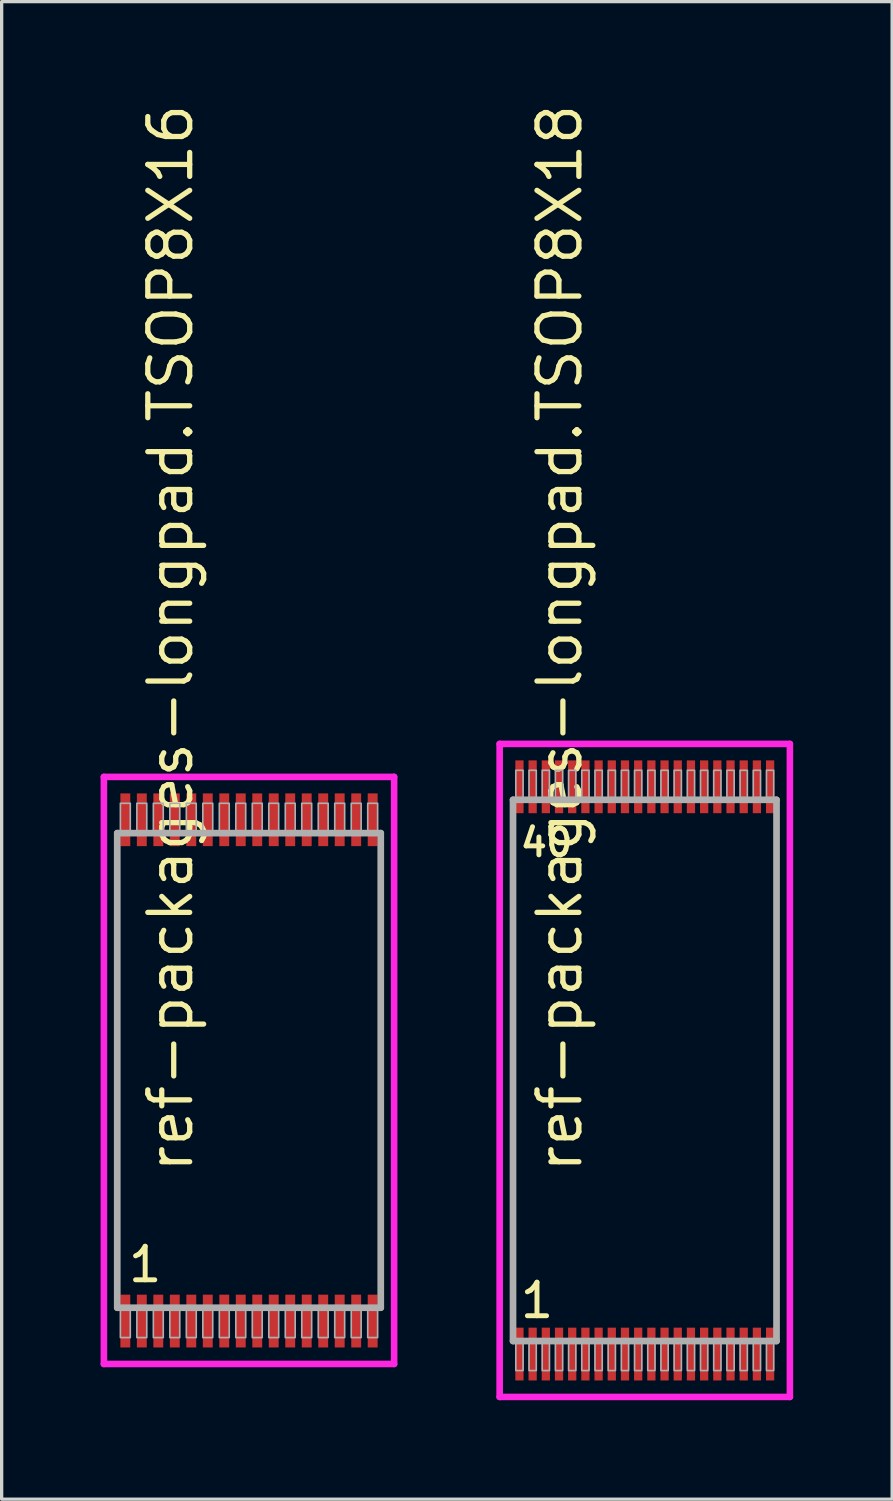
<source format=kicad_pcb>
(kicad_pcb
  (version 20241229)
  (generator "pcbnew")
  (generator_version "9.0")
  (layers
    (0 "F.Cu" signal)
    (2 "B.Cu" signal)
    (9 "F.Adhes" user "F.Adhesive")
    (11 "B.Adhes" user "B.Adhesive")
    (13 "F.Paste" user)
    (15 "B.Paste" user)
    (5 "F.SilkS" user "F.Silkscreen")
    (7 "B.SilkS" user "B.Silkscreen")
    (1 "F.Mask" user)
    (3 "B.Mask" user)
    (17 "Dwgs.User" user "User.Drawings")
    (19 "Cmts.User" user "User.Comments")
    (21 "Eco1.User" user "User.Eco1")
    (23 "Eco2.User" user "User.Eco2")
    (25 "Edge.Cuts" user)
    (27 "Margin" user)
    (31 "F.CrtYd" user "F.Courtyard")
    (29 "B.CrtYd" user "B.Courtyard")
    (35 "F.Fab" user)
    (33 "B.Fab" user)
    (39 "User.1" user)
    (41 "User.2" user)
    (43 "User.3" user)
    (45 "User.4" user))
  (footprint "ref-packages-longpad.TSOP8X18"
    (layer "F.Cu")
    (at 16.5 29.406)
    (property "Reference" "ref-packages-longpad.TSOP8X18" (at -1.835 3.175 90) (layer "F.SilkS") (effects (font (size 1.27 1.27) (thickness 0.16)) (justify left bottom)))
    (attr smd)
    (fp_line (start -4.4 -9.9) (end 4.4 -9.9) (stroke (width 0.2) (type default)) (layer "F.CrtYd"))
    (fp_line (start -4.4 9.9) (end -4.4 -9.9) (stroke (width 0.2) (type default)) (layer "F.CrtYd"))
    (fp_line (start 4.4 -9.9) (end 4.4 9.9) (stroke (width 0.2) (type default)) (layer "F.CrtYd"))
    (fp_line (start 4.4 9.9) (end -4.4 9.9) (stroke (width 0.2) (type default)) (layer "F.CrtYd"))
    (fp_line (start -3.995 -8.205) (end 3.995 -8.205) (stroke (width 0.203) (type default)) (layer "F.Fab"))
    (fp_line (start -3.995 8.205) (end -3.995 -8.205) (stroke (width 0.203) (type default)) (layer "F.Fab"))
    (fp_line (start 3.995 -8.205) (end 3.995 8.205) (stroke (width 0.203) (type default)) (layer "F.Fab"))
    (fp_line (start 3.995 8.205) (end -3.995 8.205) (stroke (width 0.203) (type default)) (layer "F.Fab"))
    (fp_rect (start -3.91 -8.27) (end -3.69 -9.1) (stroke (width 0.05) (type default)) (fill no) (layer "F.Fab"))
    (fp_rect (start -3.91 9.1) (end -3.69 8.27) (stroke (width 0.05) (type default)) (fill no) (layer "F.Fab"))
    (fp_rect (start -3.51 -8.27) (end -3.29 -9.1) (stroke (width 0.05) (type default)) (fill no) (layer "F.Fab"))
    (fp_rect (start -3.51 9.1) (end -3.29 8.27) (stroke (width 0.05) (type default)) (fill no) (layer "F.Fab"))
    (fp_rect (start -3.11 -8.27) (end -2.89 -9.1) (stroke (width 0.05) (type default)) (fill no) (layer "F.Fab"))
    (fp_rect (start -3.11 9.1) (end -2.89 8.27) (stroke (width 0.05) (type default)) (fill no) (layer "F.Fab"))
    (fp_rect (start -2.71 -8.27) (end -2.49 -9.1) (stroke (width 0.05) (type default)) (fill no) (layer "F.Fab"))
    (fp_rect (start -2.71 9.1) (end -2.49 8.27) (stroke (width 0.05) (type default)) (fill no) (layer "F.Fab"))
    (fp_rect (start -2.31 -8.27) (end -2.09 -9.1) (stroke (width 0.05) (type default)) (fill no) (layer "F.Fab"))
    (fp_rect (start -2.31 9.1) (end -2.09 8.27) (stroke (width 0.05) (type default)) (fill no) (layer "F.Fab"))
    (fp_rect (start -1.91 -8.27) (end -1.69 -9.1) (stroke (width 0.05) (type default)) (fill no) (layer "F.Fab"))
    (fp_rect (start -1.91 9.1) (end -1.69 8.27) (stroke (width 0.05) (type default)) (fill no) (layer "F.Fab"))
    (fp_rect (start -1.51 -8.27) (end -1.29 -9.1) (stroke (width 0.05) (type default)) (fill no) (layer "F.Fab"))
    (fp_rect (start -1.51 9.1) (end -1.29 8.27) (stroke (width 0.05) (type default)) (fill no) (layer "F.Fab"))
    (fp_rect (start -1.11 -8.27) (end -0.89 -9.1) (stroke (width 0.05) (type default)) (fill no) (layer "F.Fab"))
    (fp_rect (start -1.11 9.1) (end -0.89 8.27) (stroke (width 0.05) (type default)) (fill no) (layer "F.Fab"))
    (fp_rect (start -0.71 -8.27) (end -0.49 -9.1) (stroke (width 0.05) (type default)) (fill no) (layer "F.Fab"))
    (fp_rect (start -0.71 9.1) (end -0.49 8.27) (stroke (width 0.05) (type default)) (fill no) (layer "F.Fab"))
    (fp_rect (start -0.31 -8.27) (end -0.09 -9.1) (stroke (width 0.05) (type default)) (fill no) (layer "F.Fab"))
    (fp_rect (start -0.31 9.1) (end -0.09 8.27) (stroke (width 0.05) (type default)) (fill no) (layer "F.Fab"))
    (fp_rect (start 0.09 -8.27) (end 0.31 -9.1) (stroke (width 0.05) (type default)) (fill no) (layer "F.Fab"))
    (fp_rect (start 0.09 9.1) (end 0.31 8.27) (stroke (width 0.05) (type default)) (fill no) (layer "F.Fab"))
    (fp_rect (start 0.49 -8.27) (end 0.71 -9.1) (stroke (width 0.05) (type default)) (fill no) (layer "F.Fab"))
    (fp_rect (start 0.49 9.1) (end 0.71 8.27) (stroke (width 0.05) (type default)) (fill no) (layer "F.Fab"))
    (fp_rect (start 0.89 -8.27) (end 1.11 -9.1) (stroke (width 0.05) (type default)) (fill no) (layer "F.Fab"))
    (fp_rect (start 0.89 9.1) (end 1.11 8.27) (stroke (width 0.05) (type default)) (fill no) (layer "F.Fab"))
    (fp_rect (start 1.29 -8.27) (end 1.51 -9.1) (stroke (width 0.05) (type default)) (fill no) (layer "F.Fab"))
    (fp_rect (start 1.29 9.1) (end 1.51 8.27) (stroke (width 0.05) (type default)) (fill no) (layer "F.Fab"))
    (fp_rect (start 1.69 -8.27) (end 1.91 -9.1) (stroke (width 0.05) (type default)) (fill no) (layer "F.Fab"))
    (fp_rect (start 1.69 9.1) (end 1.91 8.27) (stroke (width 0.05) (type default)) (fill no) (layer "F.Fab"))
    (fp_rect (start 2.09 -8.27) (end 2.31 -9.1) (stroke (width 0.05) (type default)) (fill no) (layer "F.Fab"))
    (fp_rect (start 2.09 9.1) (end 2.31 8.27) (stroke (width 0.05) (type default)) (fill no) (layer "F.Fab"))
    (fp_rect (start 2.49 -8.27) (end 2.71 -9.1) (stroke (width 0.05) (type default)) (fill no) (layer "F.Fab"))
    (fp_rect (start 2.49 9.1) (end 2.71 8.27) (stroke (width 0.05) (type default)) (fill no) (layer "F.Fab"))
    (fp_rect (start 2.89 -8.27) (end 3.11 -9.1) (stroke (width 0.05) (type default)) (fill no) (layer "F.Fab"))
    (fp_rect (start 2.89 9.1) (end 3.11 8.27) (stroke (width 0.05) (type default)) (fill no) (layer "F.Fab"))
    (fp_rect (start 3.29 -8.27) (end 3.51 -9.1) (stroke (width 0.05) (type default)) (fill no) (layer "F.Fab"))
    (fp_rect (start 3.29 9.1) (end 3.51 8.27) (stroke (width 0.05) (type default)) (fill no) (layer "F.Fab"))
    (fp_rect (start 3.69 -8.27) (end 3.91 -9.1) (stroke (width 0.05) (type default)) (fill no) (layer "F.Fab"))
    (fp_rect (start 3.69 9.1) (end 3.91 8.27) (stroke (width 0.05) (type default)) (fill no) (layer "F.Fab"))
    (fp_text user "40" (at -3.851 -6.43 0) (layer "F.SilkS") (effects (font (size 0.813 0.813) (thickness 0.15)) (justify left bottom)))
    (fp_text user "1" (at -3.851 7.57 0) (layer "F.SilkS") (effects (font (size 1.016 1.016) (thickness 0.15)) (justify left bottom)))
    (pad "1" smd roundrect (at -3.8 8.6) (size 0.25 1.6) (layers "F.Cu" "F.Mask" "F.Paste") (roundrect_rratio 0.01))
    (pad "2" smd roundrect (at -3.4 8.6) (size 0.25 1.6) (layers "F.Cu" "F.Mask" "F.Paste") (roundrect_rratio 0.01))
    (pad "3" smd roundrect (at -3 8.6) (size 0.25 1.6) (layers "F.Cu" "F.Mask" "F.Paste") (roundrect_rratio 0.01))
    (pad "4" smd roundrect (at -2.6 8.6) (size 0.25 1.6) (layers "F.Cu" "F.Mask" "F.Paste") (roundrect_rratio 0.01))
    (pad "5" smd roundrect (at -2.2 8.6) (size 0.25 1.6) (layers "F.Cu" "F.Mask" "F.Paste") (roundrect_rratio 0.01))
    (pad "6" smd roundrect (at -1.8 8.6) (size 0.25 1.6) (layers "F.Cu" "F.Mask" "F.Paste") (roundrect_rratio 0.01))
    (pad "7" smd roundrect (at -1.4 8.6) (size 0.25 1.6) (layers "F.Cu" "F.Mask" "F.Paste") (roundrect_rratio 0.01))
    (pad "8" smd roundrect (at -1 8.6) (size 0.25 1.6) (layers "F.Cu" "F.Mask" "F.Paste") (roundrect_rratio 0.01))
    (pad "9" smd roundrect (at -0.6 8.6) (size 0.25 1.6) (layers "F.Cu" "F.Mask" "F.Paste") (roundrect_rratio 0.01))
    (pad "10" smd roundrect (at -0.2 8.6) (size 0.25 1.6) (layers "F.Cu" "F.Mask" "F.Paste") (roundrect_rratio 0.01))
    (pad "11" smd roundrect (at 0.2 8.6) (size 0.25 1.6) (layers "F.Cu" "F.Mask" "F.Paste") (roundrect_rratio 0.01))
    (pad "12" smd roundrect (at 0.6 8.6) (size 0.25 1.6) (layers "F.Cu" "F.Mask" "F.Paste") (roundrect_rratio 0.01))
    (pad "13" smd roundrect (at 1 8.6) (size 0.25 1.6) (layers "F.Cu" "F.Mask" "F.Paste") (roundrect_rratio 0.01))
    (pad "14" smd roundrect (at 1.4 8.6) (size 0.25 1.6) (layers "F.Cu" "F.Mask" "F.Paste") (roundrect_rratio 0.01))
    (pad "15" smd roundrect (at 1.8 8.6) (size 0.25 1.6) (layers "F.Cu" "F.Mask" "F.Paste") (roundrect_rratio 0.01))
    (pad "16" smd roundrect (at 2.2 8.6) (size 0.25 1.6) (layers "F.Cu" "F.Mask" "F.Paste") (roundrect_rratio 0.01))
    (pad "17" smd roundrect (at 2.6 8.6) (size 0.25 1.6) (layers "F.Cu" "F.Mask" "F.Paste") (roundrect_rratio 0.01))
    (pad "18" smd roundrect (at 3 8.6) (size 0.25 1.6) (layers "F.Cu" "F.Mask" "F.Paste") (roundrect_rratio 0.01))
    (pad "19" smd roundrect (at 3.4 8.6) (size 0.25 1.6) (layers "F.Cu" "F.Mask" "F.Paste") (roundrect_rratio 0.01))
    (pad "20" smd roundrect (at 3.8 8.6) (size 0.25 1.6) (layers "F.Cu" "F.Mask" "F.Paste") (roundrect_rratio 0.01))
    (pad "21" smd roundrect (at 3.8 -8.6) (size 0.25 1.6) (layers "F.Cu" "F.Mask" "F.Paste") (roundrect_rratio 0.01))
    (pad "22" smd roundrect (at 3.4 -8.6) (size 0.25 1.6) (layers "F.Cu" "F.Mask" "F.Paste") (roundrect_rratio 0.01))
    (pad "23" smd roundrect (at 3 -8.6) (size 0.25 1.6) (layers "F.Cu" "F.Mask" "F.Paste") (roundrect_rratio 0.01))
    (pad "24" smd roundrect (at 2.6 -8.6) (size 0.25 1.6) (layers "F.Cu" "F.Mask" "F.Paste") (roundrect_rratio 0.01))
    (pad "25" smd roundrect (at 2.2 -8.6) (size 0.25 1.6) (layers "F.Cu" "F.Mask" "F.Paste") (roundrect_rratio 0.01))
    (pad "26" smd roundrect (at 1.8 -8.6) (size 0.25 1.6) (layers "F.Cu" "F.Mask" "F.Paste") (roundrect_rratio 0.01))
    (pad "27" smd roundrect (at 1.4 -8.6) (size 0.25 1.6) (layers "F.Cu" "F.Mask" "F.Paste") (roundrect_rratio 0.01))
    (pad "28" smd roundrect (at 1 -8.6) (size 0.25 1.6) (layers "F.Cu" "F.Mask" "F.Paste") (roundrect_rratio 0.01))
    (pad "29" smd roundrect (at 0.6 -8.6) (size 0.25 1.6) (layers "F.Cu" "F.Mask" "F.Paste") (roundrect_rratio 0.01))
    (pad "30" smd roundrect (at 0.2 -8.6) (size 0.25 1.6) (layers "F.Cu" "F.Mask" "F.Paste") (roundrect_rratio 0.01))
    (pad "31" smd roundrect (at -0.2 -8.6) (size 0.25 1.6) (layers "F.Cu" "F.Mask" "F.Paste") (roundrect_rratio 0.01))
    (pad "32" smd roundrect (at -0.6 -8.6) (size 0.25 1.6) (layers "F.Cu" "F.Mask" "F.Paste") (roundrect_rratio 0.01))
    (pad "33" smd roundrect (at -1 -8.6) (size 0.25 1.6) (layers "F.Cu" "F.Mask" "F.Paste") (roundrect_rratio 0.01))
    (pad "34" smd roundrect (at -1.4 -8.6) (size 0.25 1.6) (layers "F.Cu" "F.Mask" "F.Paste") (roundrect_rratio 0.01))
    (pad "35" smd roundrect (at -1.8 -8.6) (size 0.25 1.6) (layers "F.Cu" "F.Mask" "F.Paste") (roundrect_rratio 0.01))
    (pad "36" smd roundrect (at -2.2 -8.6) (size 0.25 1.6) (layers "F.Cu" "F.Mask" "F.Paste") (roundrect_rratio 0.01))
    (pad "37" smd roundrect (at -2.6 -8.6) (size 0.25 1.6) (layers "F.Cu" "F.Mask" "F.Paste") (roundrect_rratio 0.01))
    (pad "38" smd roundrect (at -3 -8.6) (size 0.25 1.6) (layers "F.Cu" "F.Mask" "F.Paste") (roundrect_rratio 0.01))
    (pad "39" smd roundrect (at -3.4 -8.6) (size 0.25 1.6) (layers "F.Cu" "F.Mask" "F.Paste") (roundrect_rratio 0.01))
    (pad "40" smd roundrect (at -3.8 -8.6) (size 0.25 1.6) (layers "F.Cu" "F.Mask" "F.Paste") (roundrect_rratio 0.01)))
  (footprint "ref-packages-longpad.TSOP8X16"
    (layer "F.Cu")
    (at 4.5 29.406)
    (property "Reference" "ref-packages-longpad.TSOP8X16" (at -1.635 3.175 90) (layer "F.SilkS") (effects (font (size 1.27 1.27) (thickness 0.16)) (justify left bottom)))
    (attr smd)
    (fp_line (start -4.4 -8.9) (end 4.4 -8.9) (stroke (width 0.2) (type default)) (layer "F.CrtYd"))
    (fp_line (start -4.4 8.9) (end -4.4 -8.9) (stroke (width 0.2) (type default)) (layer "F.CrtYd"))
    (fp_line (start 4.4 -8.9) (end 4.4 8.9) (stroke (width 0.2) (type default)) (layer "F.CrtYd"))
    (fp_line (start 4.4 8.9) (end -4.4 8.9) (stroke (width 0.2) (type default)) (layer "F.CrtYd"))
    (fp_line (start -3.995 -7.195) (end 3.995 -7.195) (stroke (width 0.203) (type default)) (layer "F.Fab"))
    (fp_line (start -3.995 7.195) (end -3.995 -7.195) (stroke (width 0.203) (type default)) (layer "F.Fab"))
    (fp_line (start 3.995 -7.195) (end 3.995 7.195) (stroke (width 0.203) (type default)) (layer "F.Fab"))
    (fp_line (start 3.995 7.195) (end -3.995 7.195) (stroke (width 0.203) (type default)) (layer "F.Fab"))
    (fp_rect (start -3.9 -7.25) (end -3.6 -8.1) (stroke (width 0.05) (type default)) (fill no) (layer "F.Fab"))
    (fp_rect (start -3.9 8.1) (end -3.6 7.25) (stroke (width 0.05) (type default)) (fill no) (layer "F.Fab"))
    (fp_rect (start -3.4 -7.25) (end -3.1 -8.1) (stroke (width 0.05) (type default)) (fill no) (layer "F.Fab"))
    (fp_rect (start -3.4 8.1) (end -3.1 7.25) (stroke (width 0.05) (type default)) (fill no) (layer "F.Fab"))
    (fp_rect (start -2.9 -7.25) (end -2.6 -8.1) (stroke (width 0.05) (type default)) (fill no) (layer "F.Fab"))
    (fp_rect (start -2.9 8.1) (end -2.6 7.25) (stroke (width 0.05) (type default)) (fill no) (layer "F.Fab"))
    (fp_rect (start -2.4 -7.25) (end -2.1 -8.1) (stroke (width 0.05) (type default)) (fill no) (layer "F.Fab"))
    (fp_rect (start -2.4 8.1) (end -2.1 7.25) (stroke (width 0.05) (type default)) (fill no) (layer "F.Fab"))
    (fp_rect (start -1.9 -7.25) (end -1.6 -8.1) (stroke (width 0.05) (type default)) (fill no) (layer "F.Fab"))
    (fp_rect (start -1.9 8.1) (end -1.6 7.25) (stroke (width 0.05) (type default)) (fill no) (layer "F.Fab"))
    (fp_rect (start -1.4 -7.25) (end -1.1 -8.1) (stroke (width 0.05) (type default)) (fill no) (layer "F.Fab"))
    (fp_rect (start -1.4 8.1) (end -1.1 7.25) (stroke (width 0.05) (type default)) (fill no) (layer "F.Fab"))
    (fp_rect (start -0.9 -7.25) (end -0.6 -8.1) (stroke (width 0.05) (type default)) (fill no) (layer "F.Fab"))
    (fp_rect (start -0.9 8.1) (end -0.6 7.25) (stroke (width 0.05) (type default)) (fill no) (layer "F.Fab"))
    (fp_rect (start -0.4 -7.25) (end -0.1 -8.1) (stroke (width 0.05) (type default)) (fill no) (layer "F.Fab"))
    (fp_rect (start -0.4 8.1) (end -0.1 7.25) (stroke (width 0.05) (type default)) (fill no) (layer "F.Fab"))
    (fp_rect (start 0.1 -7.25) (end 0.4 -8.1) (stroke (width 0.05) (type default)) (fill no) (layer "F.Fab"))
    (fp_rect (start 0.1 8.1) (end 0.4 7.25) (stroke (width 0.05) (type default)) (fill no) (layer "F.Fab"))
    (fp_rect (start 0.6 -7.25) (end 0.9 -8.1) (stroke (width 0.05) (type default)) (fill no) (layer "F.Fab"))
    (fp_rect (start 0.6 8.1) (end 0.9 7.25) (stroke (width 0.05) (type default)) (fill no) (layer "F.Fab"))
    (fp_rect (start 1.1 -7.25) (end 1.4 -8.1) (stroke (width 0.05) (type default)) (fill no) (layer "F.Fab"))
    (fp_rect (start 1.1 8.1) (end 1.4 7.25) (stroke (width 0.05) (type default)) (fill no) (layer "F.Fab"))
    (fp_rect (start 1.6 -7.25) (end 1.9 -8.1) (stroke (width 0.05) (type default)) (fill no) (layer "F.Fab"))
    (fp_rect (start 1.6 8.1) (end 1.9 7.25) (stroke (width 0.05) (type default)) (fill no) (layer "F.Fab"))
    (fp_rect (start 2.1 -7.25) (end 2.4 -8.1) (stroke (width 0.05) (type default)) (fill no) (layer "F.Fab"))
    (fp_rect (start 2.1 8.1) (end 2.4 7.25) (stroke (width 0.05) (type default)) (fill no) (layer "F.Fab"))
    (fp_rect (start 2.6 -7.25) (end 2.9 -8.1) (stroke (width 0.05) (type default)) (fill no) (layer "F.Fab"))
    (fp_rect (start 2.6 8.1) (end 2.9 7.25) (stroke (width 0.05) (type default)) (fill no) (layer "F.Fab"))
    (fp_rect (start 3.1 -7.25) (end 3.4 -8.1) (stroke (width 0.05) (type default)) (fill no) (layer "F.Fab"))
    (fp_rect (start 3.1 8.1) (end 3.4 7.25) (stroke (width 0.05) (type default)) (fill no) (layer "F.Fab"))
    (fp_rect (start 3.6 -7.25) (end 3.9 -8.1) (stroke (width 0.05) (type default)) (fill no) (layer "F.Fab"))
    (fp_rect (start 3.6 8.1) (end 3.9 7.25) (stroke (width 0.05) (type default)) (fill no) (layer "F.Fab"))
    (fp_text user "1" (at -3.731 6.48 0) (layer "F.SilkS") (effects (font (size 1.016 1.016) (thickness 0.15)) (justify left bottom)))
    (pad "1" smd roundrect (at -3.75 7.6) (size 0.3 1.6) (layers "F.Cu" "F.Mask" "F.Paste") (roundrect_rratio 0.01))
    (pad "2" smd roundrect (at -3.25 7.6) (size 0.3 1.6) (layers "F.Cu" "F.Mask" "F.Paste") (roundrect_rratio 0.01))
    (pad "3" smd roundrect (at -2.75 7.6) (size 0.3 1.6) (layers "F.Cu" "F.Mask" "F.Paste") (roundrect_rratio 0.01))
    (pad "4" smd roundrect (at -2.25 7.6) (size 0.3 1.6) (layers "F.Cu" "F.Mask" "F.Paste") (roundrect_rratio 0.01))
    (pad "5" smd roundrect (at -1.75 7.6) (size 0.3 1.6) (layers "F.Cu" "F.Mask" "F.Paste") (roundrect_rratio 0.01))
    (pad "6" smd roundrect (at -1.25 7.6) (size 0.3 1.6) (layers "F.Cu" "F.Mask" "F.Paste") (roundrect_rratio 0.01))
    (pad "7" smd roundrect (at -0.75 7.6) (size 0.3 1.6) (layers "F.Cu" "F.Mask" "F.Paste") (roundrect_rratio 0.01))
    (pad "8" smd roundrect (at -0.25 7.6) (size 0.3 1.6) (layers "F.Cu" "F.Mask" "F.Paste") (roundrect_rratio 0.01))
    (pad "9" smd roundrect (at 0.25 7.6) (size 0.3 1.6) (layers "F.Cu" "F.Mask" "F.Paste") (roundrect_rratio 0.01))
    (pad "10" smd roundrect (at 0.75 7.6) (size 0.3 1.6) (layers "F.Cu" "F.Mask" "F.Paste") (roundrect_rratio 0.01))
    (pad "11" smd roundrect (at 1.25 7.6) (size 0.3 1.6) (layers "F.Cu" "F.Mask" "F.Paste") (roundrect_rratio 0.01))
    (pad "12" smd roundrect (at 1.75 7.6) (size 0.3 1.6) (layers "F.Cu" "F.Mask" "F.Paste") (roundrect_rratio 0.01))
    (pad "13" smd roundrect (at 2.25 7.6) (size 0.3 1.6) (layers "F.Cu" "F.Mask" "F.Paste") (roundrect_rratio 0.01))
    (pad "14" smd roundrect (at 2.75 7.6) (size 0.3 1.6) (layers "F.Cu" "F.Mask" "F.Paste") (roundrect_rratio 0.01))
    (pad "15" smd roundrect (at 3.25 7.6) (size 0.3 1.6) (layers "F.Cu" "F.Mask" "F.Paste") (roundrect_rratio 0.01))
    (pad "16" smd roundrect (at 3.75 7.6) (size 0.3 1.6) (layers "F.Cu" "F.Mask" "F.Paste") (roundrect_rratio 0.01))
    (pad "17" smd roundrect (at 3.75 -7.6) (size 0.3 1.6) (layers "F.Cu" "F.Mask" "F.Paste") (roundrect_rratio 0.01))
    (pad "18" smd roundrect (at 3.25 -7.6) (size 0.3 1.6) (layers "F.Cu" "F.Mask" "F.Paste") (roundrect_rratio 0.01))
    (pad "19" smd roundrect (at 2.75 -7.6) (size 0.3 1.6) (layers "F.Cu" "F.Mask" "F.Paste") (roundrect_rratio 0.01))
    (pad "20" smd roundrect (at 2.25 -7.6) (size 0.3 1.6) (layers "F.Cu" "F.Mask" "F.Paste") (roundrect_rratio 0.01))
    (pad "21" smd roundrect (at 1.75 -7.6) (size 0.3 1.6) (layers "F.Cu" "F.Mask" "F.Paste") (roundrect_rratio 0.01))
    (pad "22" smd roundrect (at 1.25 -7.6) (size 0.3 1.6) (layers "F.Cu" "F.Mask" "F.Paste") (roundrect_rratio 0.01))
    (pad "23" smd roundrect (at 0.75 -7.6) (size 0.3 1.6) (layers "F.Cu" "F.Mask" "F.Paste") (roundrect_rratio 0.01))
    (pad "24" smd roundrect (at 0.25 -7.6) (size 0.3 1.6) (layers "F.Cu" "F.Mask" "F.Paste") (roundrect_rratio 0.01))
    (pad "25" smd roundrect (at -0.25 -7.6) (size 0.3 1.6) (layers "F.Cu" "F.Mask" "F.Paste") (roundrect_rratio 0.01))
    (pad "26" smd roundrect (at -0.75 -7.6) (size 0.3 1.6) (layers "F.Cu" "F.Mask" "F.Paste") (roundrect_rratio 0.01))
    (pad "27" smd roundrect (at -1.25 -7.6) (size 0.3 1.6) (layers "F.Cu" "F.Mask" "F.Paste") (roundrect_rratio 0.01))
    (pad "28" smd roundrect (at -1.75 -7.6) (size 0.3 1.6) (layers "F.Cu" "F.Mask" "F.Paste") (roundrect_rratio 0.01))
    (pad "29" smd roundrect (at -2.25 -7.6) (size 0.3 1.6) (layers "F.Cu" "F.Mask" "F.Paste") (roundrect_rratio 0.01))
    (pad "30" smd roundrect (at -2.75 -7.6) (size 0.3 1.6) (layers "F.Cu" "F.Mask" "F.Paste") (roundrect_rratio 0.01))
    (pad "31" smd roundrect (at -3.25 -7.6) (size 0.3 1.6) (layers "F.Cu" "F.Mask" "F.Paste") (roundrect_rratio 0.01))
    (pad "32" smd roundrect (at -3.75 -7.6) (size 0.3 1.6) (layers "F.Cu" "F.Mask" "F.Paste") (roundrect_rratio 0.01)))
  (gr_rect
    (start -3 -3)
    (end 24 42.406)
    (stroke (width 0.1) (type default))
    (fill no)
    (layer "Edge.Cuts")))
</source>
